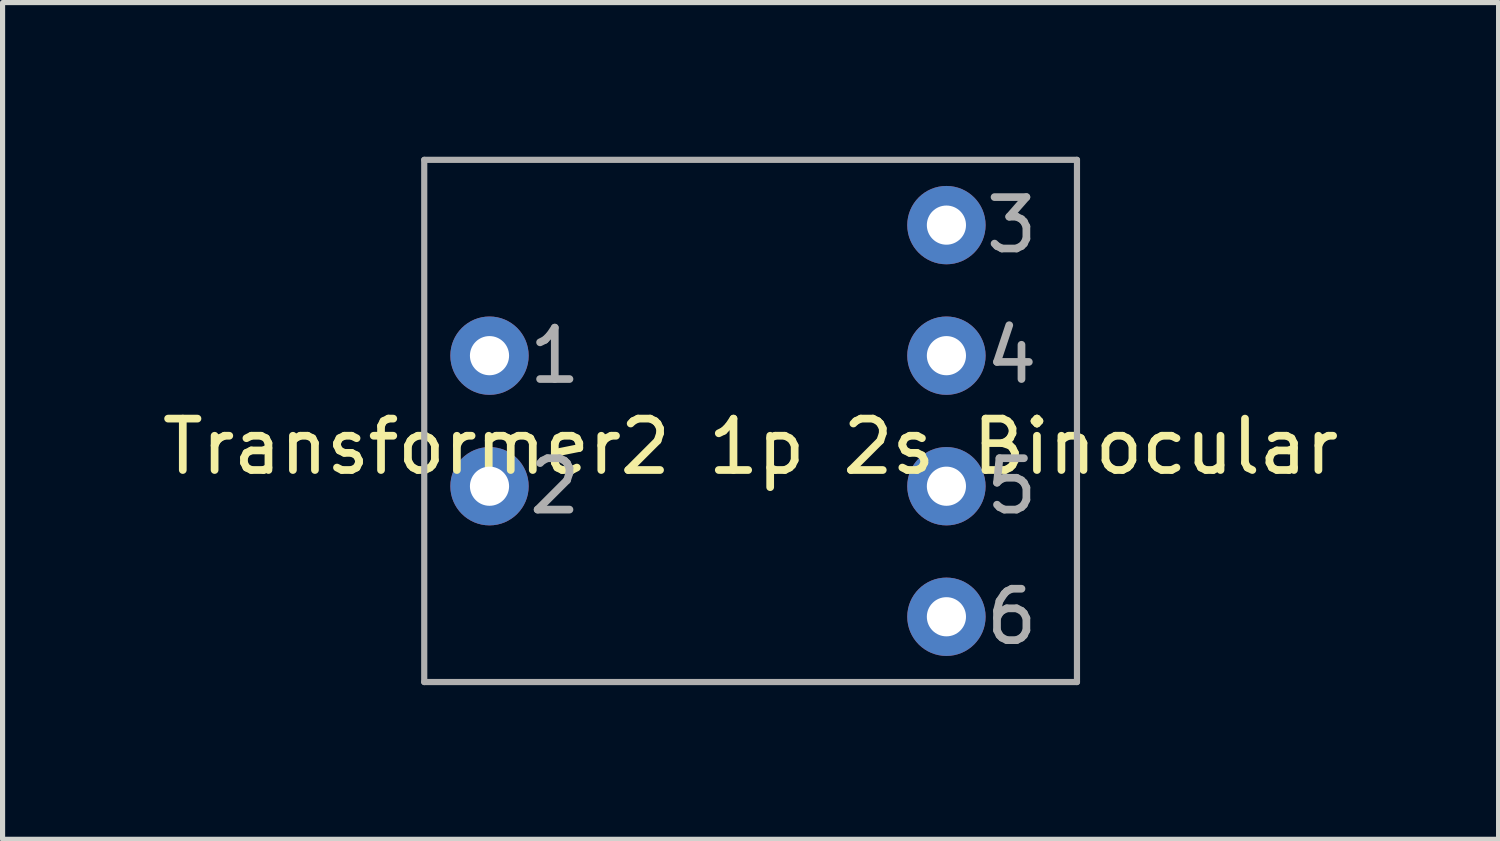
<source format=kicad_pcb>
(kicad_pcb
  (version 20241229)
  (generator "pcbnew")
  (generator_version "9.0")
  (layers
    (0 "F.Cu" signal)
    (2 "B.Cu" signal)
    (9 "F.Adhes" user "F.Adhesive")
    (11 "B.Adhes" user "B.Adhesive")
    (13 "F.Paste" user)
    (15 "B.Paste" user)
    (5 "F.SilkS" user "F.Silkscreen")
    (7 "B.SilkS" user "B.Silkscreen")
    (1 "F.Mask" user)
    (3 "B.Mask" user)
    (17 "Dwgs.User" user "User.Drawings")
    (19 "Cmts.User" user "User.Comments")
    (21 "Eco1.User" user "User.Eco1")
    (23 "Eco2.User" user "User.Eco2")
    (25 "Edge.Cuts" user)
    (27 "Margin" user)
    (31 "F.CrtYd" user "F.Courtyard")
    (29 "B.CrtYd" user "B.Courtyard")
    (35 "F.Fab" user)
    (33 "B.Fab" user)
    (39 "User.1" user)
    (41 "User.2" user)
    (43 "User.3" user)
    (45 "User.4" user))
  (footprint "Transformer2 1p 2s Binocular"
    (layer "F.Cu")
    (at 11.554 5.14)
    (property "Reference" "Transformer2 1p 2s Binocular" (at 0 0.5 0) (layer "F.SilkS") (effects (font (size 1 1) (thickness 0.15))))
    (attr through_hole)
    (fp_line (start -6.35 -5.08) (end -6.35 5.08) (stroke (width 0.12) (type solid)) (layer "F.Fab"))
    (fp_line (start -6.35 5.08) (end 6.35 5.08) (stroke (width 0.12) (type solid)) (layer "F.Fab"))
    (fp_line (start 6.35 -5.08) (end -6.35 -5.08) (stroke (width 0.12) (type solid)) (layer "F.Fab"))
    (fp_line (start 6.35 5.08) (end 6.35 -5.08) (stroke (width 0.12) (type solid)) (layer "F.Fab"))
    (fp_text user "3" (at 5.08 -3.81 0) (layer "F.Fab") (effects (font (size 1 1) (thickness 0.15))))
    (fp_text user "1" (at -3.81 -1.27 0) (layer "F.Fab") (effects (font (size 1 1) (thickness 0.15))))
    (fp_text user "2" (at -3.81 1.27 0) (layer "F.Fab") (effects (font (size 1 1) (thickness 0.15))))
    (fp_text user "5" (at 5.08 1.27 0) (layer "F.Fab") (effects (font (size 1 1) (thickness 0.15))))
    (fp_text user "6" (at 5.08 3.81 0) (layer "F.Fab") (effects (font (size 1 1) (thickness 0.15))))
    (fp_text user "4" (at 5.08 -1.27 0) (layer "F.Fab") (effects (font (size 1 1) (thickness 0.15))))
    (pad "1" thru_hole circle (at -5.08 -1.27) (size 1.524 1.524) (drill 0.762) (layers "*.Cu" "*.Mask"))
    (pad "2" thru_hole circle (at -5.08 1.27) (size 1.524 1.524) (drill 0.762) (layers "*.Cu" "*.Mask"))
    (pad "3" thru_hole circle (at 3.81 -3.81) (size 1.524 1.524) (drill 0.762) (layers "*.Cu" "*.Mask"))
    (pad "4" thru_hole circle (at 3.81 -1.27) (size 1.524 1.524) (drill 0.762) (layers "*.Cu" "*.Mask"))
    (pad "5" thru_hole circle (at 3.81 1.27) (size 1.524 1.524) (drill 0.762) (layers "*.Cu" "*.Mask"))
    (pad "6" thru_hole circle (at 3.81 3.81) (size 1.524 1.524) (drill 0.762) (layers "*.Cu" "*.Mask")))
  (gr_rect
    (start -3 -3)
    (end 26.107 13.28)
    (stroke (width 0.1) (type default))
    (fill no)
    (layer "Edge.Cuts")))
</source>
